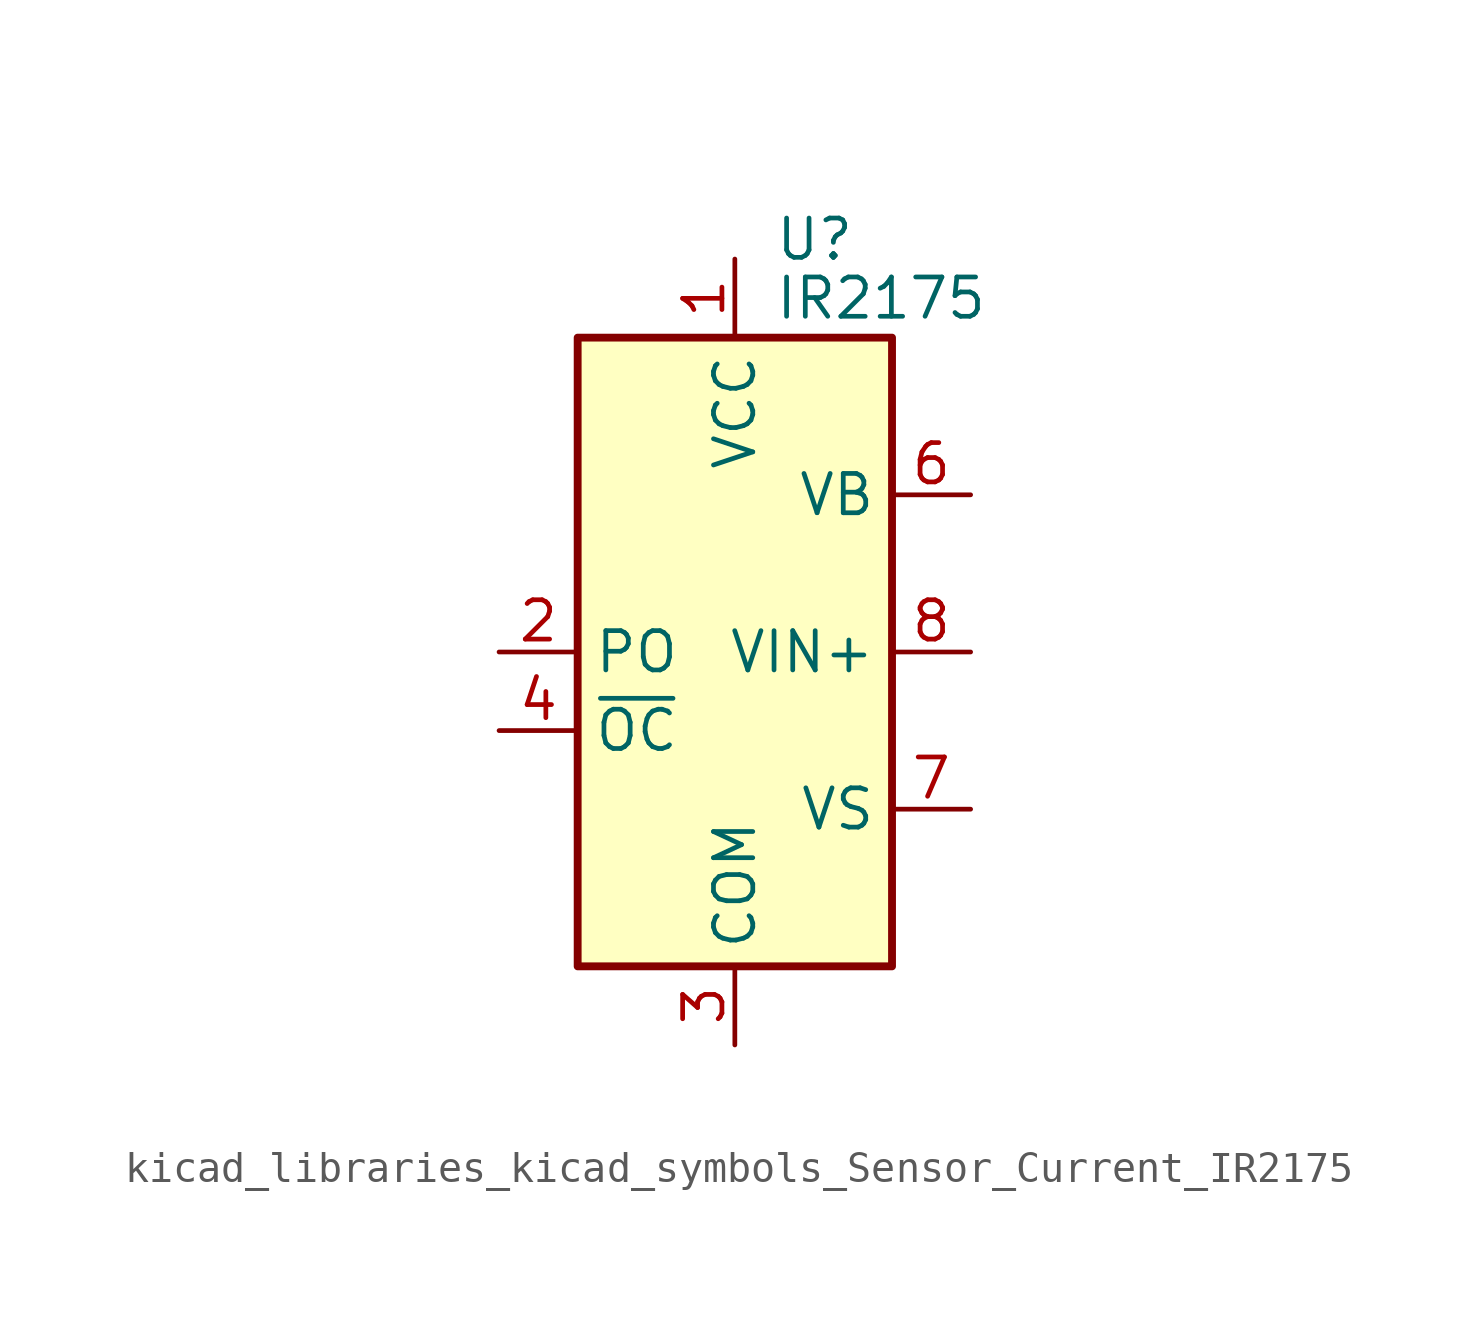
<source format=kicad_sym>
(kicad_symbol_lib
  (version 20220914)
  (generator kicad_symbol_editor)
  (symbol "kicad_libraries_kicad_symbols_Sensor_Current_IR2175"
    (property "Reference" "U"
      (at 1.27 13.335 0)
      (effects (font (size 1.27 1.27)) (justify left)))
    (property "Value" "IR2175"
      (at 1.27 11.43 0)
      (effects (font (size 1.27 1.27)) (justify left)))
    (symbol "kicad_libraries_kicad_symbols_Sensor_Current_IR2175_0_1"
      (rectangle (start -5.08 -10.16) (end 5.08 10.16) (stroke (width 0.254) (type default)) (fill (type background))))
    (symbol "kicad_libraries_kicad_symbols_Sensor_Current_IR2175_1_1"
      (pin power_in line (at 0 12.7 270) (length 2.54) (name "VCC" (effects (font (size 1.27 1.27)))) (number "1" (effects (font (size 1.27 1.27)))))
      (pin output line (at -7.62 0 0) (length 2.54) (name "PO" (effects (font (size 1.27 1.27)))) (number "2" (effects (font (size 1.27 1.27)))))
      (pin power_in line (at 0 -12.7 90) (length 2.54) (name "COM" (effects (font (size 1.27 1.27)))) (number "3" (effects (font (size 1.27 1.27)))))
      (pin output line (at -7.62 -2.54 0) (length 2.54) (name "~{OC}" (effects (font (size 1.27 1.27)))) (number "4" (effects (font (size 1.27 1.27)))))
      (pin no_connect line (at -5.08 2.54 0) (length 2.54) hide (name "NC" (effects (font (size 1.27 1.27)))) (number "5" (effects (font (size 1.27 1.27)))))
      (pin passive line (at 7.62 5.08 180) (length 2.54) (name "VB" (effects (font (size 1.27 1.27)))) (number "6" (effects (font (size 1.27 1.27)))))
      (pin passive line (at 7.62 -5.08 180) (length 2.54) (name "VS" (effects (font (size 1.27 1.27)))) (number "7" (effects (font (size 1.27 1.27)))))
      (pin passive line (at 7.62 0 180) (length 2.54) (name "VIN+" (effects (font (size 1.27 1.27)))) (number "8" (effects (font (size 1.27 1.27))))))))
</source>
